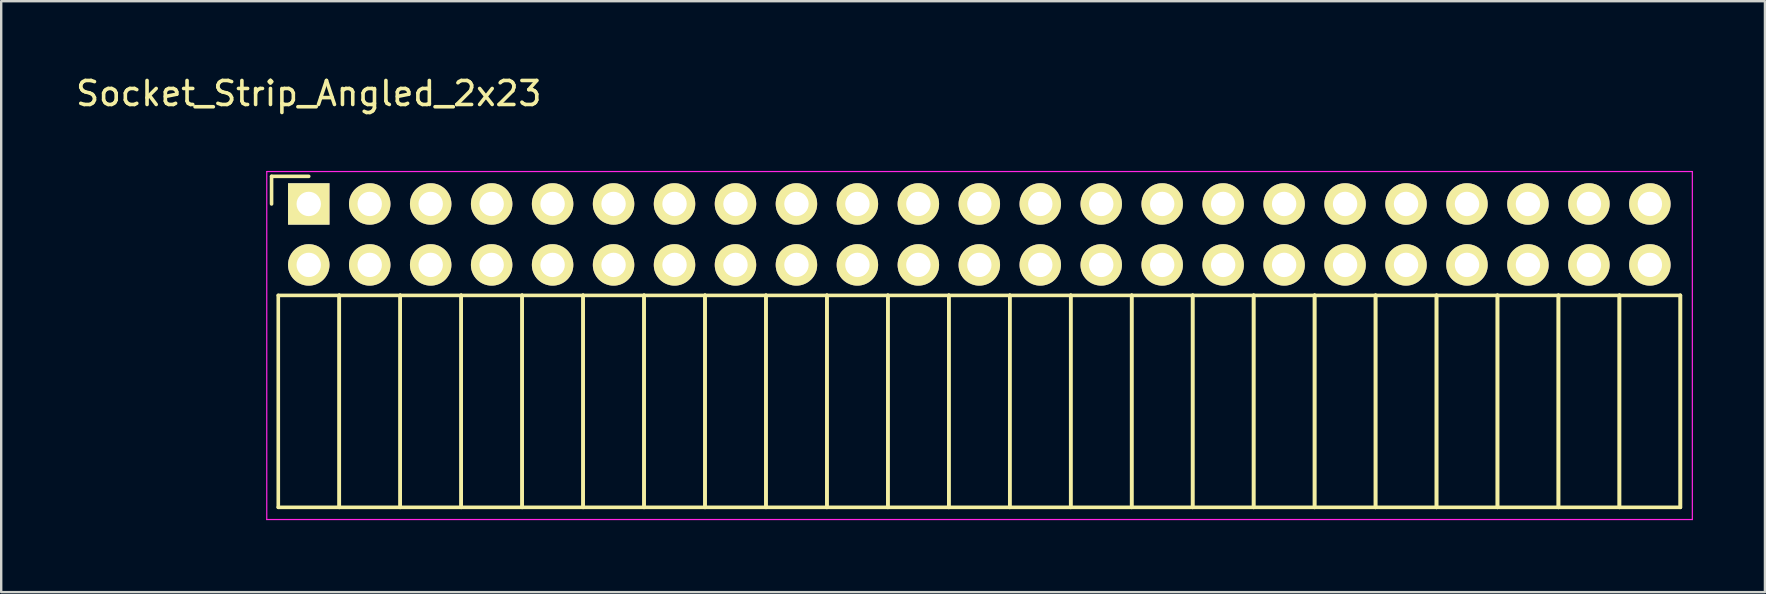
<source format=kicad_pcb>
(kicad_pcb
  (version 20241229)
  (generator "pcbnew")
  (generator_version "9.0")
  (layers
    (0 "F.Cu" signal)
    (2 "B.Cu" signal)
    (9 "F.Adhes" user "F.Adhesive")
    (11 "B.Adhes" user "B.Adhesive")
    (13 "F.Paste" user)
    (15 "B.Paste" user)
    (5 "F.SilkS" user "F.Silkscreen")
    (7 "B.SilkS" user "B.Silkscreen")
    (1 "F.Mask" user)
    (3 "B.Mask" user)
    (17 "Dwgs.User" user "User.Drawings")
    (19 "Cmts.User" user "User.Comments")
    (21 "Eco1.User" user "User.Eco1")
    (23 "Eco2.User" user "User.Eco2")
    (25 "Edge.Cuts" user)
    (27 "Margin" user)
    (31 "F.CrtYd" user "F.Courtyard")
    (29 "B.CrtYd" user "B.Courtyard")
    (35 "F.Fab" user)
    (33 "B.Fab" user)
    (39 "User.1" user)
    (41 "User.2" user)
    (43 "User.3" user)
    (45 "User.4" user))
  (footprint "Socket_Strip_Angled_2x23"
    (layer "F.Cu")
    (at 9.815 5.448)
    (property "Reference" "Socket_Strip_Angled_2x23" (at 0 -4.6 0) (layer "F.SilkS") (effects (font (size 1 1) (thickness 0.15))))
    (attr through_hole)
    (fp_line (start -1.55 -1.15) (end -1.55 0) (stroke (width 0.15) (type solid)) (layer "F.SilkS"))
    (fp_line (start -1.27 3.81) (end -1.27 12.64) (stroke (width 0.15) (type solid)) (layer "F.SilkS"))
    (fp_line (start -1.27 3.81) (end 1.27 3.81) (stroke (width 0.15) (type solid)) (layer "F.SilkS"))
    (fp_line (start -1.27 12.64) (end 1.27 12.64) (stroke (width 0.15) (type solid)) (layer "F.SilkS"))
    (fp_line (start 0 -1.15) (end -1.55 -1.15) (stroke (width 0.15) (type solid)) (layer "F.SilkS"))
    (fp_line (start 1.27 3.81) (end 1.27 12.64) (stroke (width 0.15) (type solid)) (layer "F.SilkS"))
    (fp_line (start 1.27 3.81) (end 3.81 3.81) (stroke (width 0.15) (type solid)) (layer "F.SilkS"))
    (fp_line (start 1.27 12.64) (end 1.27 3.81) (stroke (width 0.15) (type solid)) (layer "F.SilkS"))
    (fp_line (start 1.27 12.64) (end 3.81 12.64) (stroke (width 0.15) (type solid)) (layer "F.SilkS"))
    (fp_line (start 3.81 3.81) (end 3.81 12.64) (stroke (width 0.15) (type solid)) (layer "F.SilkS"))
    (fp_line (start 3.81 3.81) (end 6.35 3.81) (stroke (width 0.15) (type solid)) (layer "F.SilkS"))
    (fp_line (start 3.81 12.64) (end 3.81 3.81) (stroke (width 0.15) (type solid)) (layer "F.SilkS"))
    (fp_line (start 3.81 12.64) (end 6.35 12.64) (stroke (width 0.15) (type solid)) (layer "F.SilkS"))
    (fp_line (start 6.35 3.81) (end 6.35 12.64) (stroke (width 0.15) (type solid)) (layer "F.SilkS"))
    (fp_line (start 6.35 3.81) (end 8.89 3.81) (stroke (width 0.15) (type solid)) (layer "F.SilkS"))
    (fp_line (start 6.35 12.64) (end 6.35 3.81) (stroke (width 0.15) (type solid)) (layer "F.SilkS"))
    (fp_line (start 6.35 12.64) (end 8.89 12.64) (stroke (width 0.15) (type solid)) (layer "F.SilkS"))
    (fp_line (start 8.89 3.81) (end 8.89 12.64) (stroke (width 0.15) (type solid)) (layer "F.SilkS"))
    (fp_line (start 8.89 3.81) (end 11.43 3.81) (stroke (width 0.15) (type solid)) (layer "F.SilkS"))
    (fp_line (start 8.89 12.64) (end 8.89 3.81) (stroke (width 0.15) (type solid)) (layer "F.SilkS"))
    (fp_line (start 8.89 12.64) (end 11.43 12.64) (stroke (width 0.15) (type solid)) (layer "F.SilkS"))
    (fp_line (start 11.43 3.81) (end 11.43 12.64) (stroke (width 0.15) (type solid)) (layer "F.SilkS"))
    (fp_line (start 11.43 3.81) (end 13.97 3.81) (stroke (width 0.15) (type solid)) (layer "F.SilkS"))
    (fp_line (start 11.43 12.64) (end 11.43 3.81) (stroke (width 0.15) (type solid)) (layer "F.SilkS"))
    (fp_line (start 11.43 12.64) (end 13.97 12.64) (stroke (width 0.15) (type solid)) (layer "F.SilkS"))
    (fp_line (start 13.97 3.81) (end 13.97 12.64) (stroke (width 0.15) (type solid)) (layer "F.SilkS"))
    (fp_line (start 13.97 3.81) (end 16.51 3.81) (stroke (width 0.15) (type solid)) (layer "F.SilkS"))
    (fp_line (start 13.97 12.64) (end 13.97 3.81) (stroke (width 0.15) (type solid)) (layer "F.SilkS"))
    (fp_line (start 13.97 12.64) (end 16.51 12.64) (stroke (width 0.15) (type solid)) (layer "F.SilkS"))
    (fp_line (start 16.51 3.81) (end 16.51 12.64) (stroke (width 0.15) (type solid)) (layer "F.SilkS"))
    (fp_line (start 16.51 3.81) (end 19.05 3.81) (stroke (width 0.15) (type solid)) (layer "F.SilkS"))
    (fp_line (start 16.51 12.64) (end 16.51 3.81) (stroke (width 0.15) (type solid)) (layer "F.SilkS"))
    (fp_line (start 16.51 12.64) (end 19.05 12.64) (stroke (width 0.15) (type solid)) (layer "F.SilkS"))
    (fp_line (start 19.05 3.81) (end 19.05 12.64) (stroke (width 0.15) (type solid)) (layer "F.SilkS"))
    (fp_line (start 19.05 3.81) (end 21.59 3.81) (stroke (width 0.15) (type solid)) (layer "F.SilkS"))
    (fp_line (start 19.05 12.64) (end 19.05 3.81) (stroke (width 0.15) (type solid)) (layer "F.SilkS"))
    (fp_line (start 19.05 12.64) (end 21.59 12.64) (stroke (width 0.15) (type solid)) (layer "F.SilkS"))
    (fp_line (start 21.59 3.81) (end 21.59 12.64) (stroke (width 0.15) (type solid)) (layer "F.SilkS"))
    (fp_line (start 21.59 3.81) (end 24.13 3.81) (stroke (width 0.15) (type solid)) (layer "F.SilkS"))
    (fp_line (start 21.59 12.64) (end 21.59 3.81) (stroke (width 0.15) (type solid)) (layer "F.SilkS"))
    (fp_line (start 21.59 12.64) (end 24.13 12.64) (stroke (width 0.15) (type solid)) (layer "F.SilkS"))
    (fp_line (start 24.13 3.81) (end 24.13 12.64) (stroke (width 0.15) (type solid)) (layer "F.SilkS"))
    (fp_line (start 24.13 3.81) (end 26.67 3.81) (stroke (width 0.15) (type solid)) (layer "F.SilkS"))
    (fp_line (start 24.13 12.64) (end 24.13 3.81) (stroke (width 0.15) (type solid)) (layer "F.SilkS"))
    (fp_line (start 24.13 12.64) (end 26.67 12.64) (stroke (width 0.15) (type solid)) (layer "F.SilkS"))
    (fp_line (start 26.67 3.81) (end 26.67 12.64) (stroke (width 0.15) (type solid)) (layer "F.SilkS"))
    (fp_line (start 26.67 3.81) (end 29.21 3.81) (stroke (width 0.15) (type solid)) (layer "F.SilkS"))
    (fp_line (start 26.67 12.64) (end 26.67 3.81) (stroke (width 0.15) (type solid)) (layer "F.SilkS"))
    (fp_line (start 26.67 12.64) (end 29.21 12.64) (stroke (width 0.15) (type solid)) (layer "F.SilkS"))
    (fp_line (start 29.21 3.81) (end 29.21 12.64) (stroke (width 0.15) (type solid)) (layer "F.SilkS"))
    (fp_line (start 29.21 3.81) (end 31.75 3.81) (stroke (width 0.15) (type solid)) (layer "F.SilkS"))
    (fp_line (start 29.21 12.64) (end 29.21 3.81) (stroke (width 0.15) (type solid)) (layer "F.SilkS"))
    (fp_line (start 29.21 12.64) (end 31.75 12.64) (stroke (width 0.15) (type solid)) (layer "F.SilkS"))
    (fp_line (start 31.75 3.81) (end 31.75 12.64) (stroke (width 0.15) (type solid)) (layer "F.SilkS"))
    (fp_line (start 31.75 3.81) (end 34.29 3.81) (stroke (width 0.15) (type solid)) (layer "F.SilkS"))
    (fp_line (start 31.75 12.64) (end 31.75 3.81) (stroke (width 0.15) (type solid)) (layer "F.SilkS"))
    (fp_line (start 31.75 12.64) (end 34.29 12.64) (stroke (width 0.15) (type solid)) (layer "F.SilkS"))
    (fp_line (start 34.29 3.81) (end 34.29 12.64) (stroke (width 0.15) (type solid)) (layer "F.SilkS"))
    (fp_line (start 34.29 3.81) (end 36.83 3.81) (stroke (width 0.15) (type solid)) (layer "F.SilkS"))
    (fp_line (start 34.29 12.64) (end 34.29 3.81) (stroke (width 0.15) (type solid)) (layer "F.SilkS"))
    (fp_line (start 34.29 12.64) (end 36.83 12.64) (stroke (width 0.15) (type solid)) (layer "F.SilkS"))
    (fp_line (start 36.83 3.81) (end 36.83 12.64) (stroke (width 0.15) (type solid)) (layer "F.SilkS"))
    (fp_line (start 36.83 3.81) (end 39.37 3.81) (stroke (width 0.15) (type solid)) (layer "F.SilkS"))
    (fp_line (start 36.83 12.64) (end 36.83 3.81) (stroke (width 0.15) (type solid)) (layer "F.SilkS"))
    (fp_line (start 36.83 12.64) (end 39.37 12.64) (stroke (width 0.15) (type solid)) (layer "F.SilkS"))
    (fp_line (start 39.37 3.81) (end 39.37 12.64) (stroke (width 0.15) (type solid)) (layer "F.SilkS"))
    (fp_line (start 39.37 3.81) (end 41.91 3.81) (stroke (width 0.15) (type solid)) (layer "F.SilkS"))
    (fp_line (start 39.37 12.64) (end 39.37 3.81) (stroke (width 0.15) (type solid)) (layer "F.SilkS"))
    (fp_line (start 39.37 12.64) (end 41.91 12.64) (stroke (width 0.15) (type solid)) (layer "F.SilkS"))
    (fp_line (start 41.91 3.81) (end 41.91 12.64) (stroke (width 0.15) (type solid)) (layer "F.SilkS"))
    (fp_line (start 41.91 3.81) (end 44.45 3.81) (stroke (width 0.15) (type solid)) (layer "F.SilkS"))
    (fp_line (start 41.91 12.64) (end 41.91 3.81) (stroke (width 0.15) (type solid)) (layer "F.SilkS"))
    (fp_line (start 41.91 12.64) (end 44.45 12.64) (stroke (width 0.15) (type solid)) (layer "F.SilkS"))
    (fp_line (start 44.45 3.81) (end 44.45 12.64) (stroke (width 0.15) (type solid)) (layer "F.SilkS"))
    (fp_line (start 44.45 3.81) (end 46.99 3.81) (stroke (width 0.15) (type solid)) (layer "F.SilkS"))
    (fp_line (start 44.45 12.64) (end 44.45 3.81) (stroke (width 0.15) (type solid)) (layer "F.SilkS"))
    (fp_line (start 44.45 12.64) (end 46.99 12.64) (stroke (width 0.15) (type solid)) (layer "F.SilkS"))
    (fp_line (start 46.99 3.81) (end 46.99 12.64) (stroke (width 0.15) (type solid)) (layer "F.SilkS"))
    (fp_line (start 46.99 3.81) (end 49.53 3.81) (stroke (width 0.15) (type solid)) (layer "F.SilkS"))
    (fp_line (start 46.99 12.64) (end 46.99 3.81) (stroke (width 0.15) (type solid)) (layer "F.SilkS"))
    (fp_line (start 46.99 12.64) (end 49.53 12.64) (stroke (width 0.15) (type solid)) (layer "F.SilkS"))
    (fp_line (start 49.53 3.81) (end 49.53 12.64) (stroke (width 0.15) (type solid)) (layer "F.SilkS"))
    (fp_line (start 49.53 3.81) (end 52.07 3.81) (stroke (width 0.15) (type solid)) (layer "F.SilkS"))
    (fp_line (start 49.53 12.64) (end 49.53 3.81) (stroke (width 0.15) (type solid)) (layer "F.SilkS"))
    (fp_line (start 49.53 12.64) (end 52.07 12.64) (stroke (width 0.15) (type solid)) (layer "F.SilkS"))
    (fp_line (start 52.07 3.81) (end 52.07 12.64) (stroke (width 0.15) (type solid)) (layer "F.SilkS"))
    (fp_line (start 52.07 3.81) (end 54.61 3.81) (stroke (width 0.15) (type solid)) (layer "F.SilkS"))
    (fp_line (start 52.07 12.64) (end 52.07 3.81) (stroke (width 0.15) (type solid)) (layer "F.SilkS"))
    (fp_line (start 52.07 12.64) (end 54.61 12.64) (stroke (width 0.15) (type solid)) (layer "F.SilkS"))
    (fp_line (start 54.61 3.81) (end 54.61 12.64) (stroke (width 0.15) (type solid)) (layer "F.SilkS"))
    (fp_line (start 54.61 3.81) (end 57.15 3.81) (stroke (width 0.15) (type solid)) (layer "F.SilkS"))
    (fp_line (start 54.61 12.64) (end 54.61 3.81) (stroke (width 0.15) (type solid)) (layer "F.SilkS"))
    (fp_line (start 54.61 12.64) (end 57.15 12.64) (stroke (width 0.15) (type solid)) (layer "F.SilkS"))
    (fp_line (start 57.15 3.81) (end 57.15 12.64) (stroke (width 0.15) (type solid)) (layer "F.SilkS"))
    (fp_line (start 57.15 12.64) (end 57.15 3.81) (stroke (width 0.15) (type solid)) (layer "F.SilkS"))
    (fp_line (start -1.75 -1.35) (end -1.75 13.15) (stroke (width 0.05) (type solid)) (layer "F.CrtYd"))
    (fp_line (start -1.75 -1.35) (end 57.65 -1.35) (stroke (width 0.05) (type solid)) (layer "F.CrtYd"))
    (fp_line (start -1.75 13.15) (end 57.65 13.15) (stroke (width 0.05) (type solid)) (layer "F.CrtYd"))
    (fp_line (start 57.65 -1.35) (end 57.65 13.15) (stroke (width 0.05) (type solid)) (layer "F.CrtYd"))
    (pad "1" thru_hole rect (at 0 0) (size 1.727 1.727) (drill 1.016) (layers "*.Cu" "*.Mask" "F.SilkS"))
    (pad "2" thru_hole oval (at 0 2.54) (size 1.727 1.727) (drill 1.016) (layers "*.Cu" "*.Mask" "F.SilkS"))
    (pad "3" thru_hole oval (at 2.54 0) (size 1.727 1.727) (drill 1.016) (layers "*.Cu" "*.Mask" "F.SilkS"))
    (pad "4" thru_hole oval (at 2.54 2.54) (size 1.727 1.727) (drill 1.016) (layers "*.Cu" "*.Mask" "F.SilkS"))
    (pad "5" thru_hole oval (at 5.08 0) (size 1.727 1.727) (drill 1.016) (layers "*.Cu" "*.Mask" "F.SilkS"))
    (pad "6" thru_hole oval (at 5.08 2.54) (size 1.727 1.727) (drill 1.016) (layers "*.Cu" "*.Mask" "F.SilkS"))
    (pad "7" thru_hole oval (at 7.62 0) (size 1.727 1.727) (drill 1.016) (layers "*.Cu" "*.Mask" "F.SilkS"))
    (pad "8" thru_hole oval (at 7.62 2.54) (size 1.727 1.727) (drill 1.016) (layers "*.Cu" "*.Mask" "F.SilkS"))
    (pad "9" thru_hole oval (at 10.16 0) (size 1.727 1.727) (drill 1.016) (layers "*.Cu" "*.Mask" "F.SilkS"))
    (pad "10" thru_hole oval (at 10.16 2.54) (size 1.727 1.727) (drill 1.016) (layers "*.Cu" "*.Mask" "F.SilkS"))
    (pad "11" thru_hole oval (at 12.7 0) (size 1.727 1.727) (drill 1.016) (layers "*.Cu" "*.Mask" "F.SilkS"))
    (pad "12" thru_hole oval (at 12.7 2.54) (size 1.727 1.727) (drill 1.016) (layers "*.Cu" "*.Mask" "F.SilkS"))
    (pad "13" thru_hole oval (at 15.24 0) (size 1.727 1.727) (drill 1.016) (layers "*.Cu" "*.Mask" "F.SilkS"))
    (pad "14" thru_hole oval (at 15.24 2.54) (size 1.727 1.727) (drill 1.016) (layers "*.Cu" "*.Mask" "F.SilkS"))
    (pad "15" thru_hole oval (at 17.78 0) (size 1.727 1.727) (drill 1.016) (layers "*.Cu" "*.Mask" "F.SilkS"))
    (pad "16" thru_hole oval (at 17.78 2.54) (size 1.727 1.727) (drill 1.016) (layers "*.Cu" "*.Mask" "F.SilkS"))
    (pad "17" thru_hole oval (at 20.32 0) (size 1.727 1.727) (drill 1.016) (layers "*.Cu" "*.Mask" "F.SilkS"))
    (pad "18" thru_hole oval (at 20.32 2.54) (size 1.727 1.727) (drill 1.016) (layers "*.Cu" "*.Mask" "F.SilkS"))
    (pad "19" thru_hole oval (at 22.86 0) (size 1.727 1.727) (drill 1.016) (layers "*.Cu" "*.Mask" "F.SilkS"))
    (pad "20" thru_hole oval (at 22.86 2.54) (size 1.727 1.727) (drill 1.016) (layers "*.Cu" "*.Mask" "F.SilkS"))
    (pad "21" thru_hole oval (at 25.4 0) (size 1.727 1.727) (drill 1.016) (layers "*.Cu" "*.Mask" "F.SilkS"))
    (pad "22" thru_hole oval (at 25.4 2.54) (size 1.727 1.727) (drill 1.016) (layers "*.Cu" "*.Mask" "F.SilkS"))
    (pad "23" thru_hole oval (at 27.94 0) (size 1.727 1.727) (drill 1.016) (layers "*.Cu" "*.Mask" "F.SilkS"))
    (pad "24" thru_hole oval (at 27.94 2.54) (size 1.727 1.727) (drill 1.016) (layers "*.Cu" "*.Mask" "F.SilkS"))
    (pad "25" thru_hole oval (at 30.48 0) (size 1.727 1.727) (drill 1.016) (layers "*.Cu" "*.Mask" "F.SilkS"))
    (pad "26" thru_hole oval (at 30.48 2.54) (size 1.727 1.727) (drill 1.016) (layers "*.Cu" "*.Mask" "F.SilkS"))
    (pad "27" thru_hole oval (at 33.02 0) (size 1.727 1.727) (drill 1.016) (layers "*.Cu" "*.Mask" "F.SilkS"))
    (pad "28" thru_hole oval (at 33.02 2.54) (size 1.727 1.727) (drill 1.016) (layers "*.Cu" "*.Mask" "F.SilkS"))
    (pad "29" thru_hole oval (at 35.56 0) (size 1.727 1.727) (drill 1.016) (layers "*.Cu" "*.Mask" "F.SilkS"))
    (pad "30" thru_hole oval (at 35.56 2.54) (size 1.727 1.727) (drill 1.016) (layers "*.Cu" "*.Mask" "F.SilkS"))
    (pad "31" thru_hole oval (at 38.1 0) (size 1.727 1.727) (drill 1.016) (layers "*.Cu" "*.Mask" "F.SilkS"))
    (pad "32" thru_hole oval (at 38.1 2.54) (size 1.727 1.727) (drill 1.016) (layers "*.Cu" "*.Mask" "F.SilkS"))
    (pad "33" thru_hole oval (at 40.64 0) (size 1.727 1.727) (drill 1.016) (layers "*.Cu" "*.Mask" "F.SilkS"))
    (pad "34" thru_hole oval (at 40.64 2.54) (size 1.727 1.727) (drill 1.016) (layers "*.Cu" "*.Mask" "F.SilkS"))
    (pad "35" thru_hole oval (at 43.18 0) (size 1.727 1.727) (drill 1.016) (layers "*.Cu" "*.Mask" "F.SilkS"))
    (pad "36" thru_hole oval (at 43.18 2.54) (size 1.727 1.727) (drill 1.016) (layers "*.Cu" "*.Mask" "F.SilkS"))
    (pad "37" thru_hole oval (at 45.72 0) (size 1.727 1.727) (drill 1.016) (layers "*.Cu" "*.Mask" "F.SilkS"))
    (pad "38" thru_hole oval (at 45.72 2.54) (size 1.727 1.727) (drill 1.016) (layers "*.Cu" "*.Mask" "F.SilkS"))
    (pad "39" thru_hole oval (at 48.26 0) (size 1.727 1.727) (drill 1.016) (layers "*.Cu" "*.Mask" "F.SilkS"))
    (pad "40" thru_hole oval (at 48.26 2.54) (size 1.727 1.727) (drill 1.016) (layers "*.Cu" "*.Mask" "F.SilkS"))
    (pad "41" thru_hole oval (at 50.8 0) (size 1.727 1.727) (drill 1.016) (layers "*.Cu" "*.Mask" "F.SilkS"))
    (pad "42" thru_hole oval (at 50.8 2.54) (size 1.727 1.727) (drill 1.016) (layers "*.Cu" "*.Mask" "F.SilkS"))
    (pad "43" thru_hole oval (at 53.34 0) (size 1.727 1.727) (drill 1.016) (layers "*.Cu" "*.Mask" "F.SilkS"))
    (pad "44" thru_hole oval (at 53.34 2.54) (size 1.727 1.727) (drill 1.016) (layers "*.Cu" "*.Mask" "F.SilkS"))
    (pad "45" thru_hole oval (at 55.88 0) (size 1.727 1.727) (drill 1.016) (layers "*.Cu" "*.Mask" "F.SilkS"))
    (pad "46" thru_hole oval (at 55.88 2.54) (size 1.727 1.727) (drill 1.016) (layers "*.Cu" "*.Mask" "F.SilkS")))
  (gr_rect
    (start -3 -3)
    (end 70.49 21.623)
    (stroke (width 0.1) (type default))
    (fill no)
    (layer "Edge.Cuts")))
</source>
